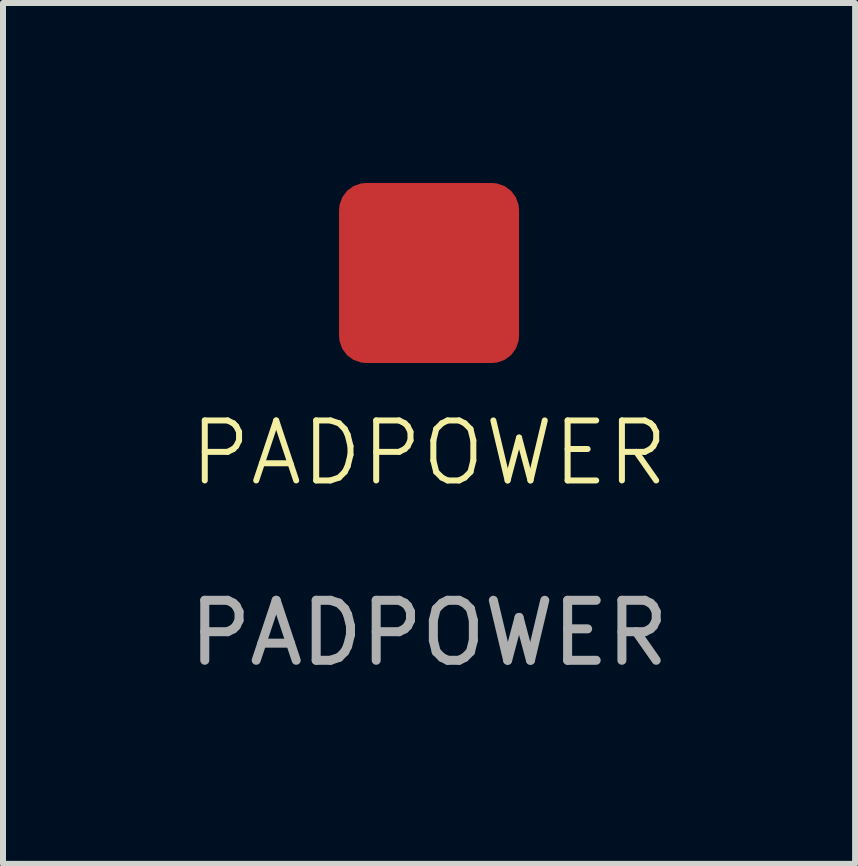
<source format=kicad_pcb>
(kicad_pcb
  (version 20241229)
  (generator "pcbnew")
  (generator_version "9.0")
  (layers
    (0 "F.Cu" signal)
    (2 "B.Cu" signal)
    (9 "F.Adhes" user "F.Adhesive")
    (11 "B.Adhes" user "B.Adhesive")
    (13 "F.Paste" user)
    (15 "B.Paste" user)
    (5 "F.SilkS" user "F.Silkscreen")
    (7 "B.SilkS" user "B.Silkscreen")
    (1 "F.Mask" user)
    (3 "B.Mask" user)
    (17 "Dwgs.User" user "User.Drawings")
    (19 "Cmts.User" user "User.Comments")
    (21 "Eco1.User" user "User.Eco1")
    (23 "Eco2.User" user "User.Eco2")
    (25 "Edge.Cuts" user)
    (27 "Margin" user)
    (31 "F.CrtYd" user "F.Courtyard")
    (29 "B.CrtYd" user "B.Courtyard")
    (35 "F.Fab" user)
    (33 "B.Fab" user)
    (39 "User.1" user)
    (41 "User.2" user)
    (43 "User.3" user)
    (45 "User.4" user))
  (footprint "PADPOWER"
    (layer "F.Cu")
    (at 4.101 5)
    (property "Reference" "PADPOWER" (at 0 -0.5 0) (unlocked yes) (layer "F.SilkS") (effects (font (size 1 1) (thickness 0.1))))
    (attr smd)
    (fp_text user "${REFERENCE}" (at 0 2.5 0) (unlocked yes) (layer "F.Fab") (effects (font (size 1 1) (thickness 0.15))))
    (pad "1" smd roundrect (at 0 -3.5) (size 3 3) (layers "F.Cu" "F.Mask" "F.Paste") (roundrect_rratio 0.15)))
  (gr_rect
    (start -3 -3)
    (end 11.202 11.348)
    (stroke (width 0.1) (type default))
    (fill no)
    (layer "Edge.Cuts")))
</source>
